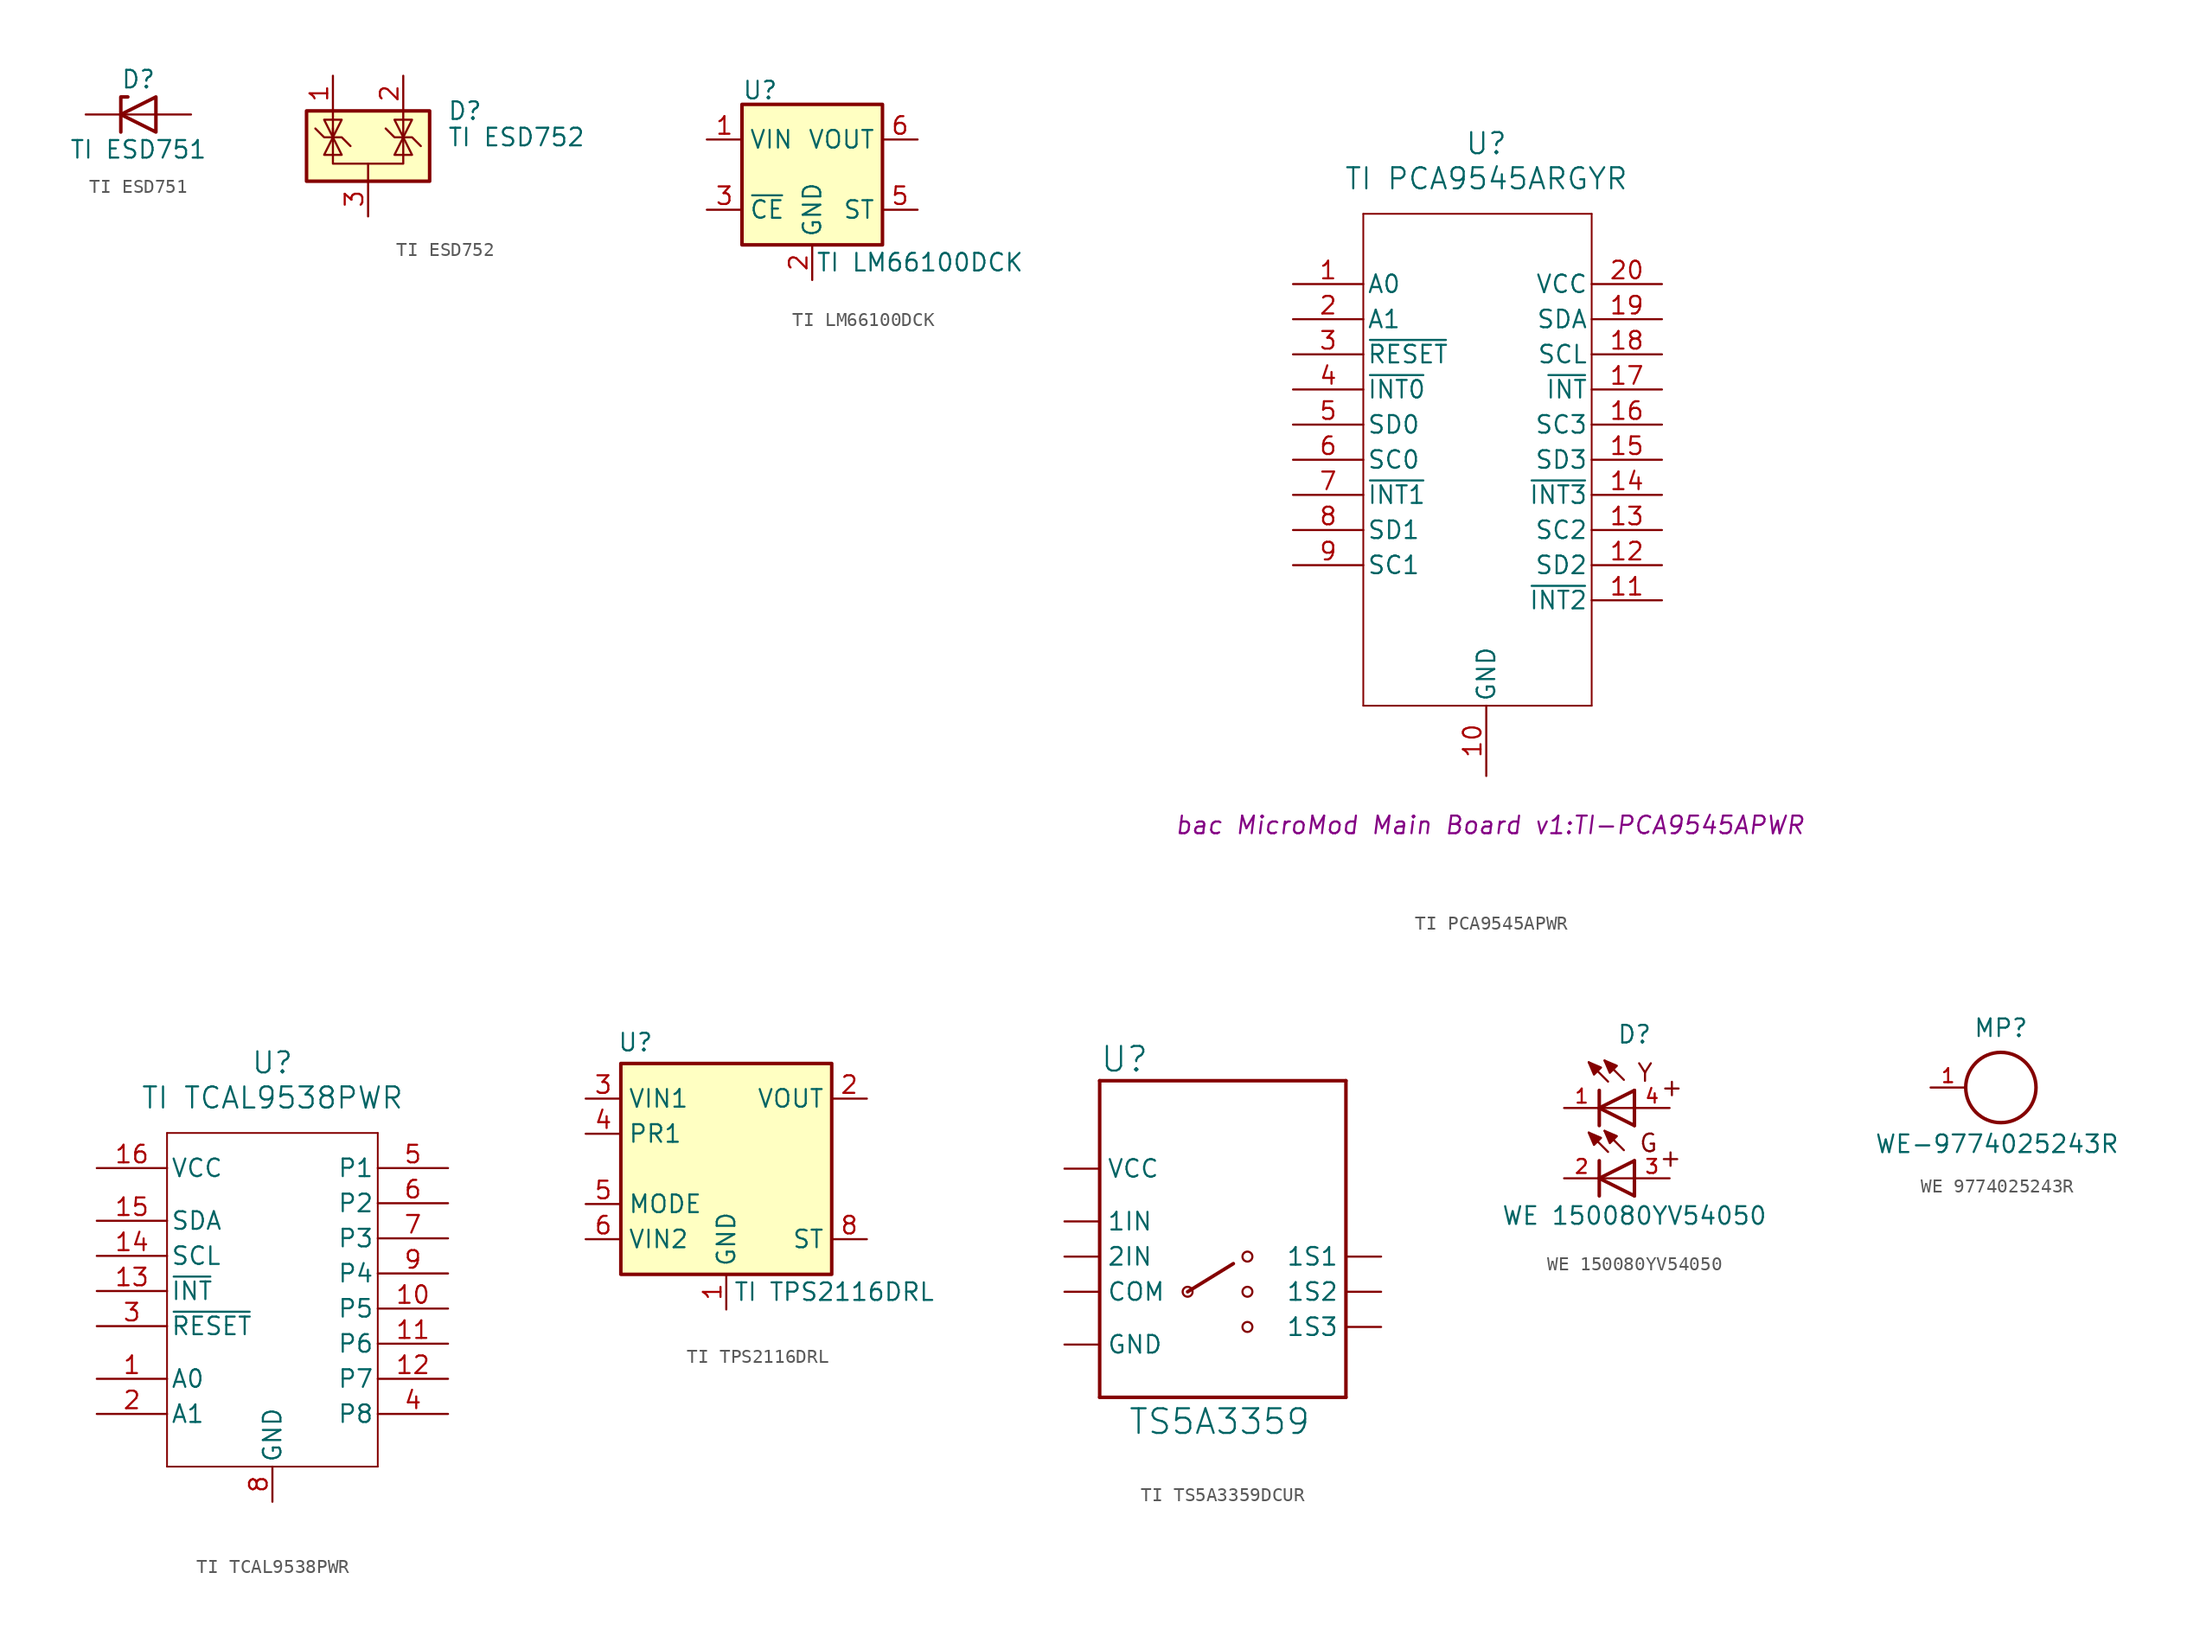
<source format=kicad_sym>
(kicad_symbol_lib
  (version 20231120)
  (generator "kicad_symbol_editor")
  (generator_version "8.0")
  (symbol "TI ESD751"
    (pin_numbers hide)
    (pin_names hide)
    (property "Reference" "D"
      (at 0 2.54 0)
      (effects (font (size 1.27 1.27))))
    (property "Value" "TI ESD751"
      (at 0 -2.54 0)
      (effects (font (size 1.27 1.27))))
    (symbol "TI ESD751_0_1"
      (polyline (pts (xy 1.27 0) (xy -1.27 0)) (stroke (width 0) (type default)) (fill (type none)))
      (polyline (pts (xy -1.27 -1.27) (xy -1.27 1.27) (xy -0.762 1.27)) (stroke (width 0.254) (type default)) (fill (type none)))
      (polyline (pts (xy 1.27 -1.27) (xy 1.27 1.27) (xy -1.27 0) (xy 1.27 -1.27)) (stroke (width 0.254) (type default)) (fill (type none))))
    (symbol "TI ESD751_1_1"
      (pin passive line (at -3.81 0 0) (length 2.54) (name "K" (effects (font (size 1.27 1.27)))) (number "1" (effects (font (size 1.27 1.27)))))
      (pin passive line (at 3.81 0 180) (length 2.54) (name "A" (effects (font (size 1.27 1.27)))) (number "2" (effects (font (size 1.27 1.27)))))))
  (symbol "TI ESD752"
    (pin_names hide)
    (property "Reference" "D"
      (at 5.715 2.54 0)
      (effects (font (size 1.27 1.27)) (justify left)))
    (property "Value" "TI ESD752"
      (at 5.715 0.635 0)
      (effects (font (size 1.27 1.27)) (justify left)))
    (symbol "TI ESD752_0_0"
      (pin passive line (at 0 -5.08 90) (length 2.54) (name "A" (effects (font (size 1.27 1.27)))) (number "3" (effects (font (size 1.27 1.27))))))
    (symbol "TI ESD752_0_1"
      (rectangle (start -4.445 2.54) (end 4.445 -2.54) (stroke (width 0.254) (type default)) (fill (type background)))
      (polyline (pts (xy -2.54 2.54) (xy -2.54 0.635)) (stroke (width 0) (type default)) (fill (type none)))
      (polyline (pts (xy 0 -1.27) (xy 0 -2.54)) (stroke (width 0) (type default)) (fill (type none)))
      (polyline (pts (xy 2.54 2.54) (xy 2.54 0.635)) (stroke (width 0) (type default)) (fill (type none)))
      (polyline (pts (xy -3.81 1.27) (xy -3.175 0.635) (xy -1.905 0.635) (xy -1.27 0)) (stroke (width 0) (type default)) (fill (type none)))
      (polyline (pts (xy -2.54 0.635) (xy -2.54 -1.27) (xy 2.54 -1.27) (xy 2.54 0.635)) (stroke (width 0) (type default)) (fill (type none)))
      (polyline (pts (xy -2.54 0.635) (xy -1.905 -0.635) (xy -3.175 -0.635) (xy -2.54 0.635)) (stroke (width 0) (type default)) (fill (type none)))
      (polyline (pts (xy 2.54 0.635) (xy 1.905 -0.635) (xy 3.175 -0.635) (xy 2.54 0.635)) (stroke (width 0) (type default)) (fill (type none)))
      (polyline (pts (xy 2.54 0.635) (xy 3.175 1.905) (xy 1.905 1.905) (xy 2.54 0.635)) (stroke (width 0) (type default)) (fill (type none)))
      (polyline (pts (xy -2.54 0.635) (xy -3.175 1.905) (xy -1.905 1.905) (xy -2.54 0.635) (xy -2.54 1.27)) (stroke (width 0) (type default)) (fill (type none)))
      (polyline (pts (xy 1.27 1.27) (xy 1.905 0.635) (xy 2.54 0.635) (xy 3.175 0.635) (xy 3.81 0)) (stroke (width 0) (type default)) (fill (type none))))
    (symbol "TI ESD752_1_1"
      (pin passive line (at -2.54 5.08 270) (length 2.54) (name "K" (effects (font (size 1.27 1.27)))) (number "1" (effects (font (size 1.27 1.27)))))
      (pin passive line (at 2.54 5.08 270) (length 2.54) (name "K" (effects (font (size 1.27 1.27)))) (number "2" (effects (font (size 1.27 1.27)))))))
  (symbol "TI LM66100DCK"
    (property "Reference" "U"
      (at -5.08 6.096 0)
      (effects (font (size 1.27 1.27)) (justify left)))
    (property "Value" "TI LM66100DCK"
      (at 0.254 -6.35 0)
      (effects (font (size 1.27 1.27)) (justify left)))
    (symbol "TI LM66100DCK_0_1"
      (rectangle (start -5.08 5.08) (end 5.08 -5.08) (stroke (width 0.254) (type default)) (fill (type background))))
    (symbol "TI LM66100DCK_1_1"
      (pin power_in line (at -7.62 2.54 0) (length 2.54) (name "VIN" (effects (font (size 1.27 1.27)))) (number "1" (effects (font (size 1.27 1.27)))))
      (pin power_in line (at 0 -7.62 90) (length 2.54) (name "GND" (effects (font (size 1.27 1.27)))) (number "2" (effects (font (size 1.27 1.27)))))
      (pin input line (at -7.62 -2.54 0) (length 2.54) (name "~{CE}" (effects (font (size 1.27 1.27)))) (number "3" (effects (font (size 1.27 1.27)))))
      (pin no_connect line (at 0 5.08 270) (length 2.54) hide (name "NC" (effects (font (size 1.27 1.27)))) (number "4" (effects (font (size 1.27 1.27)))))
      (pin open_collector line (at 7.62 -2.54 180) (length 2.54) (name "ST" (effects (font (size 1.27 1.27)))) (number "5" (effects (font (size 1.27 1.27)))))
      (pin power_out line (at 7.62 2.54 180) (length 2.54) (name "VOUT" (effects (font (size 1.27 1.27)))) (number "6" (effects (font (size 1.27 1.27)))))))
  (symbol "TI PCA9545APWR"
    (pin_names
      (offset 0.254))
    (property "Reference" "U"
      (at 0 17.78 0)
      (effects (font (size 1.524 1.524))))
    (property "Value" "TI PCA9545ARGYR"
      (at 0 15.24 0)
      (effects (font (size 1.524 1.524))))
    (property "Footprint" "bac MicroMod Main Board v1:TI-PCA9545APWR"
      (at 0.254 -31.496 0)
      (effects (font (size 1.27 1.27) (italic yes))))
    (symbol "TI PCA9545APWR_0_1"
      (polyline (pts (xy -8.89 -22.86) (xy 7.62 -22.86)) (stroke (width 0.127) (type default)) (fill (type none)))
      (polyline (pts (xy -8.89 12.7) (xy -8.89 -22.86)) (stroke (width 0.127) (type default)) (fill (type none)))
      (polyline (pts (xy 7.62 -22.86) (xy 7.62 12.7)) (stroke (width 0.127) (type default)) (fill (type none)))
      (polyline (pts (xy 7.62 12.7) (xy -8.89 12.7)) (stroke (width 0.127) (type default)) (fill (type none)))
      (pin input line (at -13.97 7.62 0) (length 5.08) (name "A0" (effects (font (size 1.27 1.27)))) (number "1" (effects (font (size 1.27 1.27)))))
      (pin power_in line (at 0 -27.94 90) (length 5.08) (name "GND" (effects (font (size 1.27 1.27)))) (number "10" (effects (font (size 1.27 1.27)))))
      (pin unspecified line (at 12.7 -12.7 180) (length 5.08) (name "SD2" (effects (font (size 1.27 1.27)))) (number "12" (effects (font (size 1.27 1.27)))))
      (pin unspecified line (at 12.7 -10.16 180) (length 5.08) (name "SC2" (effects (font (size 1.27 1.27)))) (number "13" (effects (font (size 1.27 1.27)))))
      (pin unspecified line (at 12.7 -5.08 180) (length 5.08) (name "SD3" (effects (font (size 1.27 1.27)))) (number "15" (effects (font (size 1.27 1.27)))))
      (pin unspecified line (at 12.7 -2.54 180) (length 5.08) (name "SC3" (effects (font (size 1.27 1.27)))) (number "16" (effects (font (size 1.27 1.27)))))
      (pin unspecified line (at 12.7 2.54 180) (length 5.08) (name "SCL" (effects (font (size 1.27 1.27)))) (number "18" (effects (font (size 1.27 1.27)))))
      (pin unspecified line (at 12.7 5.08 180) (length 5.08) (name "SDA" (effects (font (size 1.27 1.27)))) (number "19" (effects (font (size 1.27 1.27)))))
      (pin input line (at -13.97 5.08 0) (length 5.08) (name "A1" (effects (font (size 1.27 1.27)))) (number "2" (effects (font (size 1.27 1.27)))))
      (pin power_in line (at 12.7 7.62 180) (length 5.08) (name "VCC" (effects (font (size 1.27 1.27)))) (number "20" (effects (font (size 1.27 1.27)))))
      (pin unspecified line (at -13.97 -2.54 0) (length 5.08) (name "SD0" (effects (font (size 1.27 1.27)))) (number "5" (effects (font (size 1.27 1.27)))))
      (pin unspecified line (at -13.97 -5.08 0) (length 5.08) (name "SC0" (effects (font (size 1.27 1.27)))) (number "6" (effects (font (size 1.27 1.27)))))
      (pin unspecified line (at -13.97 -10.16 0) (length 5.08) (name "SD1" (effects (font (size 1.27 1.27)))) (number "8" (effects (font (size 1.27 1.27)))))
      (pin unspecified line (at -13.97 -12.7 0) (length 5.08) (name "SC1" (effects (font (size 1.27 1.27)))) (number "9" (effects (font (size 1.27 1.27))))))
    (symbol "TI PCA9545APWR_1_1"
      (pin input line (at 12.7 -15.24 180) (length 5.08) (name "~{INT2}" (effects (font (size 1.27 1.27)))) (number "11" (effects (font (size 1.27 1.27)))))
      (pin input line (at 12.7 -7.62 180) (length 5.08) (name "~{INT3}" (effects (font (size 1.27 1.27)))) (number "14" (effects (font (size 1.27 1.27)))))
      (pin output line (at 12.7 0 180) (length 5.08) (name "~{INT}" (effects (font (size 1.27 1.27)))) (number "17" (effects (font (size 1.27 1.27)))))
      (pin input line (at -13.97 2.54 0) (length 5.08) (name "~{RESET}" (effects (font (size 1.27 1.27)))) (number "3" (effects (font (size 1.27 1.27)))))
      (pin input line (at -13.97 0 0) (length 5.08) (name "~{INT0}" (effects (font (size 1.27 1.27)))) (number "4" (effects (font (size 1.27 1.27)))))
      (pin input line (at -13.97 -7.62 0) (length 5.08) (name "~{INT1}" (effects (font (size 1.27 1.27)))) (number "7" (effects (font (size 1.27 1.27)))))))
  (symbol "TI TCAL9538PWR"
    (pin_names
      (offset 0.254))
    (property "Reference" "U"
      (at 0 17.78 0)
      (effects (font (size 1.524 1.524))))
    (property "Value" "TI TCAL9538PWR"
      (at 0 15.24 0)
      (effects (font (size 1.524 1.524))))
    (symbol "TI TCAL9538PWR_0_1"
      (polyline (pts (xy -7.62 -11.43) (xy -7.62 12.7)) (stroke (width 0.127) (type default)) (fill (type none)))
      (polyline (pts (xy -7.62 12.7) (xy 7.62 12.7)) (stroke (width 0.127) (type default)) (fill (type none)))
      (polyline (pts (xy 7.62 -11.43) (xy -7.62 -11.43)) (stroke (width 0.127) (type default)) (fill (type none)))
      (polyline (pts (xy 7.62 12.7) (xy 7.62 -11.43)) (stroke (width 0.127) (type default)) (fill (type none)))
      (pin input line (at -12.7 -5.08 0) (length 5.08) (name "A0" (effects (font (size 1.27 1.27)))) (number "1" (effects (font (size 1.27 1.27)))))
      (pin bidirectional line (at 12.7 0 180) (length 5.08) (name "P5" (effects (font (size 1.27 1.27)))) (number "10" (effects (font (size 1.27 1.27)))))
      (pin bidirectional line (at 12.7 -2.54 180) (length 5.08) (name "P6" (effects (font (size 1.27 1.27)))) (number "11" (effects (font (size 1.27 1.27)))))
      (pin bidirectional line (at 12.7 -5.08 180) (length 5.08) (name "P7" (effects (font (size 1.27 1.27)))) (number "12" (effects (font (size 1.27 1.27)))))
      (pin input line (at -12.7 3.81 0) (length 5.08) (name "SCL" (effects (font (size 1.27 1.27)))) (number "14" (effects (font (size 1.27 1.27)))))
      (pin bidirectional line (at -12.7 6.35 0) (length 5.08) (name "SDA" (effects (font (size 1.27 1.27)))) (number "15" (effects (font (size 1.27 1.27)))))
      (pin power_in line (at -12.7 10.16 0) (length 5.08) (name "VCC" (effects (font (size 1.27 1.27)))) (number "16" (effects (font (size 1.27 1.27)))))
      (pin input line (at -12.7 -7.62 0) (length 5.08) (name "A1" (effects (font (size 1.27 1.27)))) (number "2" (effects (font (size 1.27 1.27)))))
      (pin bidirectional line (at 12.7 10.16 180) (length 5.08) (name "P1" (effects (font (size 1.27 1.27)))) (number "5" (effects (font (size 1.27 1.27)))))
      (pin bidirectional line (at 12.7 7.62 180) (length 5.08) (name "P2" (effects (font (size 1.27 1.27)))) (number "6" (effects (font (size 1.27 1.27)))))
      (pin bidirectional line (at 12.7 5.08 180) (length 5.08) (name "P3" (effects (font (size 1.27 1.27)))) (number "7" (effects (font (size 1.27 1.27)))))
      (pin bidirectional line (at 12.7 2.54 180) (length 5.08) (name "P4" (effects (font (size 1.27 1.27)))) (number "9" (effects (font (size 1.27 1.27))))))
    (symbol "TI TCAL9538PWR_1_1"
      (pin output line (at -12.7 1.27 0) (length 5.08) (name "~{INT}" (effects (font (size 1.27 1.27)))) (number "13" (effects (font (size 1.27 1.27)))))
      (pin input line (at -12.7 -1.27 0) (length 5.08) (name "~{RESET}" (effects (font (size 1.27 1.27)))) (number "3" (effects (font (size 1.27 1.27)))))
      (pin bidirectional line (at 12.7 -7.62 180) (length 5.08) (name "P8" (effects (font (size 1.27 1.27)))) (number "4" (effects (font (size 1.27 1.27)))))
      (pin power_in line (at 0 -13.97 90) (length 2.54) (name "GND" (effects (font (size 1.27 1.27)))) (number "8" (effects (font (size 1.27 1.27)))))))
  (symbol "TI TPS2116DRL"
    (property "Reference" "U"
      (at -7.874 9.144 0)
      (effects (font (size 1.27 1.27)) (justify left)))
    (property "Value" "TI TPS2116DRL"
      (at 0.508 -8.89 0)
      (effects (font (size 1.27 1.27)) (justify left)))
    (symbol "TI TPS2116DRL_0_1"
      (rectangle (start -7.62 7.62) (end 7.62 -7.62) (stroke (width 0.254) (type default)) (fill (type background))))
    (symbol "TI TPS2116DRL_1_0"
      (pin power_out line (at 10.16 5.08 180) (length 2.54) hide (name "VOUT" (effects (font (size 1.27 1.27)))) (number "7" (effects (font (size 1.27 1.27))))))
    (symbol "TI TPS2116DRL_1_1"
      (pin power_in line (at 0 -10.16 90) (length 2.54) (name "GND" (effects (font (size 1.27 1.27)))) (number "1" (effects (font (size 1.27 1.27)))))
      (pin power_out line (at 10.16 5.08 180) (length 2.54) (name "VOUT" (effects (font (size 1.27 1.27)))) (number "2" (effects (font (size 1.27 1.27)))))
      (pin power_in line (at -10.16 5.08 0) (length 2.54) (name "VIN1" (effects (font (size 1.27 1.27)))) (number "3" (effects (font (size 1.27 1.27)))))
      (pin input line (at -10.16 2.54 0) (length 2.54) (name "PR1" (effects (font (size 1.27 1.27)))) (number "4" (effects (font (size 1.27 1.27)))))
      (pin input line (at -10.16 -2.54 0) (length 2.54) (name "MODE" (effects (font (size 1.27 1.27)))) (number "5" (effects (font (size 1.27 1.27)))))
      (pin power_in line (at -10.16 -5.08 0) (length 2.54) (name "VIN2" (effects (font (size 1.27 1.27)))) (number "6" (effects (font (size 1.27 1.27)))))
      (pin open_collector line (at 10.16 -5.08 180) (length 2.54) (name "ST" (effects (font (size 1.27 1.27)))) (number "8" (effects (font (size 1.27 1.27)))))))
  (symbol "TI TS5A3359DCUR"
    (property "Reference" "U"
      (at -7.62 13.208 0)
      (effects (font (size 1.778 1.778)) (justify left bottom)))
    (property "Value" "TS5A3359"
      (at -5.588 -12.954 0)
      (effects (font (size 1.778 1.778)) (justify left bottom)))
    (symbol "TI TS5A3359DCUR_1_0"
      (circle (center -1.27 -2.54) (radius 0.359) (stroke (width 0) (type solid)) (fill (type none)))
      (polyline (pts (xy -7.62 -10.16) (xy -7.62 12.7)) (stroke (width 0.254) (type solid)) (fill (type none)))
      (polyline (pts (xy -7.62 12.7) (xy 10.16 12.7)) (stroke (width 0.254) (type solid)) (fill (type none)))
      (polyline (pts (xy -1.27 -2.54) (xy 2.032 -0.508)) (stroke (width 0.254) (type solid)) (fill (type none)))
      (polyline (pts (xy 10.16 -10.16) (xy -7.62 -10.16)) (stroke (width 0.254) (type solid)) (fill (type none)))
      (polyline (pts (xy 10.16 12.7) (xy 10.16 -10.16)) (stroke (width 0.254) (type solid)) (fill (type none)))
      (circle (center 3.048 -5.08) (radius 0.359) (stroke (width 0) (type solid)) (fill (type none)))
      (circle (center 3.048 -2.54) (radius 0.359) (stroke (width 0) (type solid)) (fill (type none)))
      (circle (center 3.048 0) (radius 0.359) (stroke (width 0) (type solid)) (fill (type none)))
      (pin bidirectional line (at 12.7 0 180) (length 2.54) (name "1S1" (effects (font (size 1.27 1.27)))) (number "1" (effects (font (size 0 0)))))
      (pin bidirectional line (at 12.7 -2.54 180) (length 2.54) (name "1S2" (effects (font (size 1.27 1.27)))) (number "2" (effects (font (size 0 0)))))
      (pin bidirectional line (at 12.7 -5.08 180) (length 2.54) (name "1S3" (effects (font (size 1.27 1.27)))) (number "3" (effects (font (size 0 0)))))
      (pin power_in line (at -10.16 -6.35 0) (length 2.54) (name "GND" (effects (font (size 1.27 1.27)))) (number "4" (effects (font (size 0 0)))))
      (pin bidirectional line (at -10.16 0 0) (length 2.54) (name "2IN" (effects (font (size 1.27 1.27)))) (number "5" (effects (font (size 0 0)))))
      (pin bidirectional line (at -10.16 2.54 0) (length 2.54) (name "1IN" (effects (font (size 1.27 1.27)))) (number "6" (effects (font (size 0 0)))))
      (pin bidirectional line (at -10.16 -2.54 0) (length 2.54) (name "COM" (effects (font (size 1.27 1.27)))) (number "7" (effects (font (size 0 0)))))
      (pin power_in line (at -10.16 6.35 0) (length 2.54) (name "VCC" (effects (font (size 1.27 1.27)))) (number "8" (effects (font (size 0 0)))))))
  (symbol "WE 150080YV54050"
    (pin_names
      (offset 1.016))
    (property "Reference" "D"
      (at 0 7.112 0)
      (effects (font (size 1.27 1.27)) (justify bottom)))
    (property "Value" "WE 150080YV54050"
      (at 0 -5.988 0)
      (effects (font (size 1.27 1.27)) (justify bottom)))
    (symbol "WE 150080YV54050_0_0"
      (polyline (pts (xy -2.54 -3.81) (xy -2.54 -2.54)) (stroke (width 0.254) (type default)) (fill (type none)))
      (polyline (pts (xy -2.54 -2.54) (xy -2.54 -1.27)) (stroke (width 0.254) (type default)) (fill (type none)))
      (polyline (pts (xy -2.54 -2.54) (xy 0 -1.27)) (stroke (width 0.254) (type default)) (fill (type none)))
      (polyline (pts (xy -2.54 1.27) (xy -2.54 2.54)) (stroke (width 0.254) (type default)) (fill (type none)))
      (polyline (pts (xy -2.54 2.54) (xy -2.54 3.81)) (stroke (width 0.254) (type default)) (fill (type none)))
      (polyline (pts (xy -2.54 2.54) (xy 0 3.81)) (stroke (width 0.254) (type default)) (fill (type none)))
      (polyline (pts (xy -1.905 -0.635) (xy -3.302 0.762)) (stroke (width 0.152) (type default)) (fill (type none)))
      (polyline (pts (xy -1.905 4.445) (xy -3.302 5.842)) (stroke (width 0.152) (type default)) (fill (type none)))
      (polyline (pts (xy -0.762 -0.508) (xy -2.159 0.889)) (stroke (width 0.152) (type default)) (fill (type none)))
      (polyline (pts (xy -0.762 4.572) (xy -2.159 5.969)) (stroke (width 0.152) (type default)) (fill (type none)))
      (polyline (pts (xy 0 -3.81) (xy -2.54 -2.54)) (stroke (width 0.254) (type default)) (fill (type none)))
      (polyline (pts (xy 0 -3.81) (xy 0 -2.54)) (stroke (width 0.254) (type default)) (fill (type none)))
      (polyline (pts (xy 0 -2.54) (xy -2.54 -2.54)) (stroke (width 0.152) (type default)) (fill (type none)))
      (polyline (pts (xy 0 -2.54) (xy 0 -1.27)) (stroke (width 0.254) (type default)) (fill (type none)))
      (polyline (pts (xy 0 1.27) (xy -2.54 2.54)) (stroke (width 0.254) (type default)) (fill (type none)))
      (polyline (pts (xy 0 1.27) (xy 0 2.54)) (stroke (width 0.254) (type default)) (fill (type none)))
      (polyline (pts (xy 0 2.54) (xy -2.54 2.54)) (stroke (width 0.152) (type default)) (fill (type none)))
      (polyline (pts (xy 0 2.54) (xy 0 3.81)) (stroke (width 0.254) (type default)) (fill (type none)))
      (polyline (pts (xy -3.302 0.762) (xy -2.413 0.381) (xy -2.921 -0.127) (xy -3.302 0.762)) (stroke (width 0.152) (type default)) (fill (type outline)))
      (polyline (pts (xy -3.302 5.842) (xy -2.413 5.461) (xy -2.921 4.953) (xy -3.302 5.842)) (stroke (width 0.152) (type default)) (fill (type outline)))
      (polyline (pts (xy -2.159 0.889) (xy -1.27 0.508) (xy -1.778 0) (xy -2.159 0.889)) (stroke (width 0.152) (type default)) (fill (type outline)))
      (polyline (pts (xy -2.159 5.969) (xy -1.27 5.588) (xy -1.778 5.08) (xy -2.159 5.969)) (stroke (width 0.152) (type default)) (fill (type outline)))
      (text "+" (at 1.72 -1.8 0) (effects (font (size 1.27 1.27)) (justify left bottom)))
      (text "+" (at 1.82 3.3 0) (effects (font (size 1.27 1.27)) (justify left bottom)))
      (pin passive line (at -5.08 2.54 0) (length 2.54) (name "~" (effects (font (size 1.016 1.016)))) (number "1" (effects (font (size 1.016 1.016)))))
      (pin passive line (at -5.08 -2.54 0) (length 2.54) (name "~" (effects (font (size 1.016 1.016)))) (number "2" (effects (font (size 1.016 1.016)))))
      (pin passive line (at 2.54 -2.54 180) (length 2.54) (name "~" (effects (font (size 1.016 1.016)))) (number "3" (effects (font (size 1.016 1.016)))))
      (pin passive line (at 2.54 2.54 180) (length 2.54) (name "~" (effects (font (size 1.016 1.016)))) (number "4" (effects (font (size 1.016 1.016))))))
    (symbol "WE 150080YV54050_1_1"
      (text "G" (at 1.016 0 0) (effects (font (size 1.27 1.27))))
      (text "Y" (at 0.762 5.08 0) (effects (font (size 1.27 1.27))))))
  (symbol "WE 9774025243R"
    (pin_names
      (offset 1.016))
    (property "Reference" "MP"
      (at 0 3.556 0)
      (effects (font (size 1.27 1.27)) (justify bottom)))
    (property "Value" "WE-9774025243R"
      (at -9.144 -4.826 0)
      (effects (font (size 1.27 1.27)) (justify left bottom)))
    (symbol "WE 9774025243R_0_0"
      (circle (center 0 0) (radius 2.54) (stroke (width 0.254) (type default)) (fill (type none)))
      (pin passive line (at -5.08 0 0) (length 2.54) (name "~" (effects (font (size 1.016 1.016)))) (number "1" (effects (font (size 1.016 1.016))))))))
</source>
